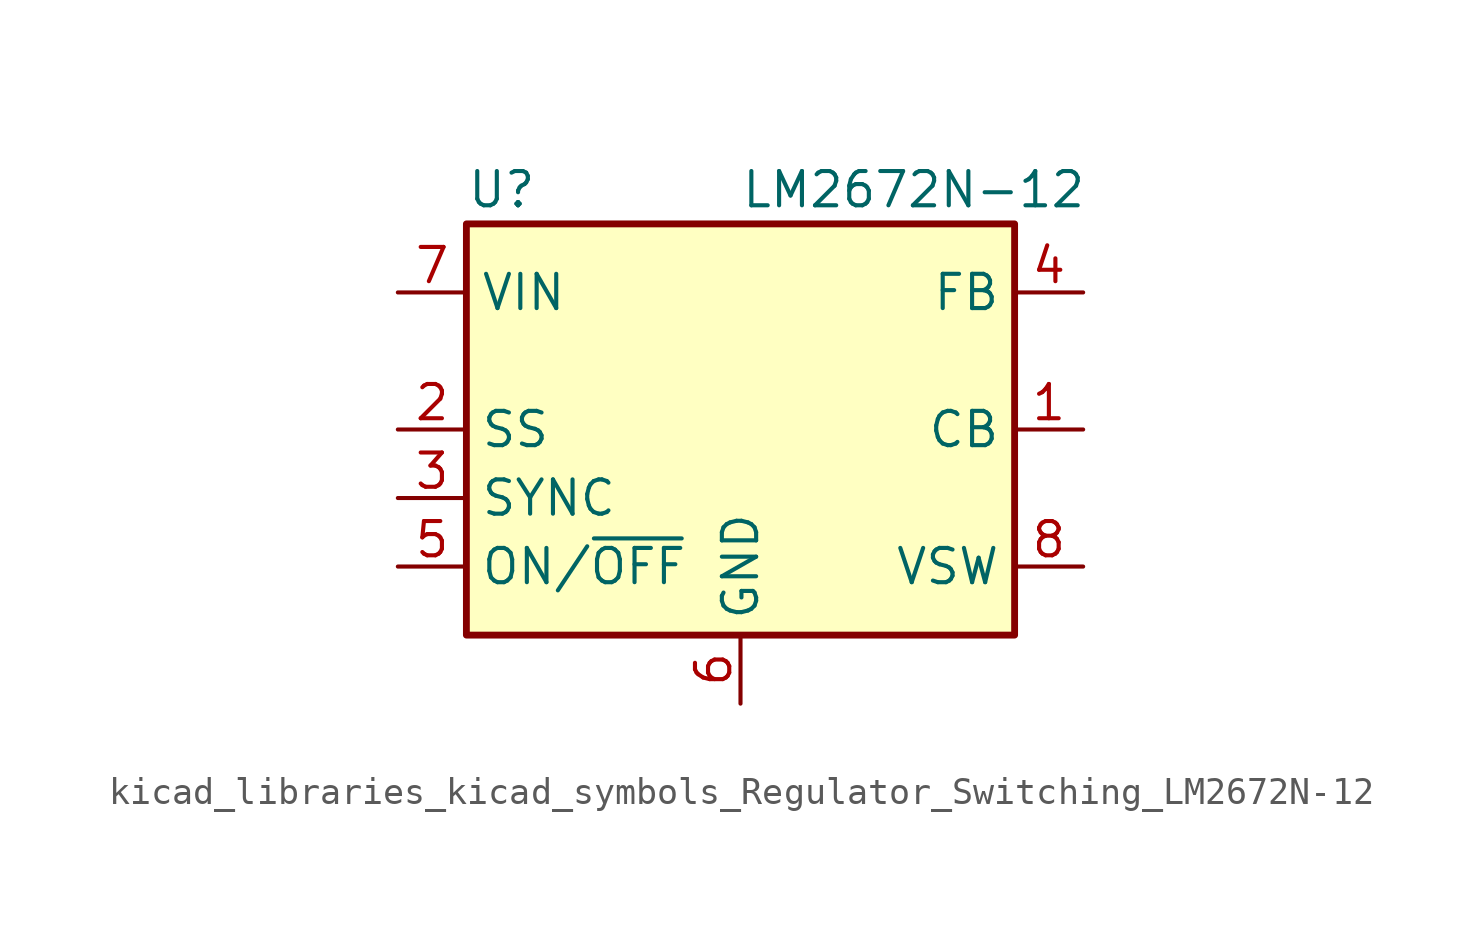
<source format=kicad_sym>
(kicad_symbol_lib
  (version 20220914)
  (generator kicad_symbol_editor)
  (symbol "kicad_libraries_kicad_symbols_Regulator_Switching_LM2672N-12"
    (property "Reference" "U"
      (at -10.16 8.89 0)
      (effects (font (size 1.27 1.27)) (justify left)))
    (property "Value" "LM2672N-12"
      (at 0 8.89 0)
      (effects (font (size 1.27 1.27)) (justify left)))
    (symbol "kicad_libraries_kicad_symbols_Regulator_Switching_LM2672N-12_0_1"
      (rectangle (start -10.16 7.62) (end 10.16 -7.62) (stroke (width 0.254) (type default)) (fill (type background))))
    (symbol "kicad_libraries_kicad_symbols_Regulator_Switching_LM2672N-12_1_1"
      (pin input line (at 12.7 0 180) (length 2.54) (name "CB" (effects (font (size 1.27 1.27)))) (number "1" (effects (font (size 1.27 1.27)))))
      (pin input line (at -12.7 0 0) (length 2.54) (name "SS" (effects (font (size 1.27 1.27)))) (number "2" (effects (font (size 1.27 1.27)))))
      (pin input line (at -12.7 -2.54 0) (length 2.54) (name "SYNC" (effects (font (size 1.27 1.27)))) (number "3" (effects (font (size 1.27 1.27)))))
      (pin input line (at 12.7 5.08 180) (length 2.54) (name "FB" (effects (font (size 1.27 1.27)))) (number "4" (effects (font (size 1.27 1.27)))))
      (pin input line (at -12.7 -5.08 0) (length 2.54) (name "ON/~{OFF}" (effects (font (size 1.27 1.27)))) (number "5" (effects (font (size 1.27 1.27)))))
      (pin power_in line (at 0 -10.16 90) (length 2.54) (name "GND" (effects (font (size 1.27 1.27)))) (number "6" (effects (font (size 1.27 1.27)))))
      (pin power_in line (at -12.7 5.08 0) (length 2.54) (name "VIN" (effects (font (size 1.27 1.27)))) (number "7" (effects (font (size 1.27 1.27)))))
      (pin output line (at 12.7 -5.08 180) (length 2.54) (name "VSW" (effects (font (size 1.27 1.27)))) (number "8" (effects (font (size 1.27 1.27))))))))
</source>
